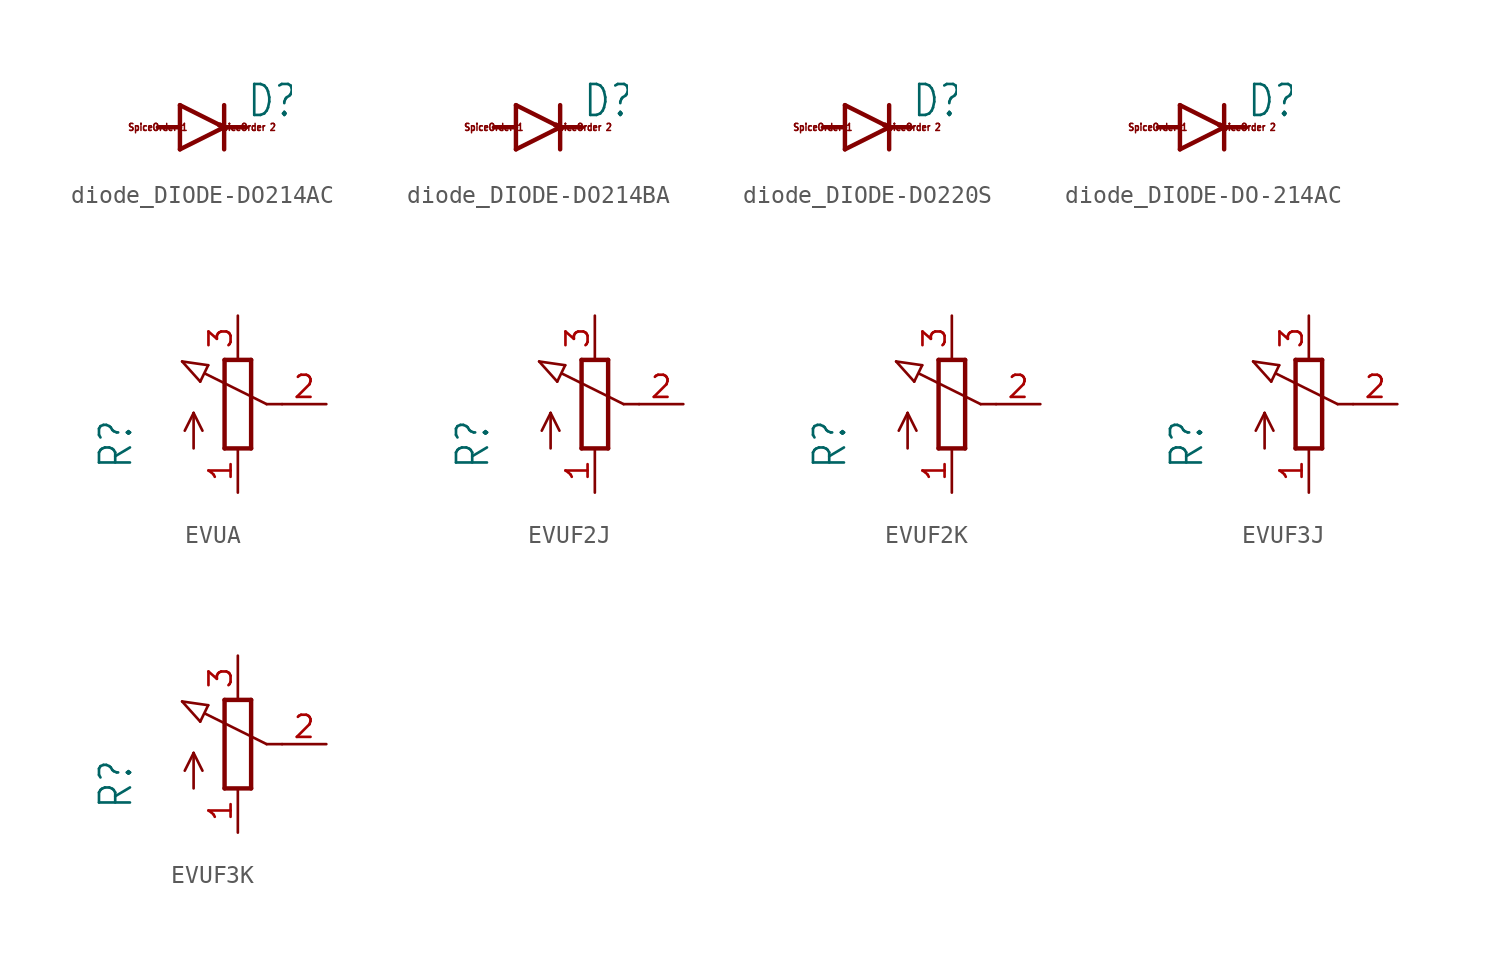
<source format=kicad_sym>
(kicad_symbol_lib
  (version 20231120)
  (generator "kicad_symbol_editor")
  (generator_version "8.0")
  (symbol "diode_DIODE-DO214AC"
    (property "Reference" "D"
      (at 2.54 0.483 0)
      (effects (font (size 1.778 1.511)) (justify left bottom)))
    (property "Value" ""
      (at 2.54 -2.311 0)
      (effects (font (size 1.778 1.511)) (justify left bottom)))
    (property "ki_locked" ""
      (at 0 0 0)
      (effects (font (size 1.27 1.27))))
    (symbol "diode_DIODE-DO214AC_1_0"
      (polyline (pts (xy -1.27 -1.27) (xy 1.27 0)) (stroke (width 0.254) (type solid)) (fill (type none)))
      (polyline (pts (xy -1.27 0) (xy -2.54 0)) (stroke (width 0.254) (type solid)) (fill (type none)))
      (polyline (pts (xy -1.27 0) (xy -1.27 -1.27)) (stroke (width 0.254) (type solid)) (fill (type none)))
      (polyline (pts (xy -1.27 1.27) (xy -1.27 0)) (stroke (width 0.254) (type solid)) (fill (type none)))
      (polyline (pts (xy 1.27 0) (xy -1.27 1.27)) (stroke (width 0.254) (type solid)) (fill (type none)))
      (polyline (pts (xy 1.27 0) (xy 1.27 -1.27)) (stroke (width 0.254) (type solid)) (fill (type none)))
      (polyline (pts (xy 1.27 1.27) (xy 1.27 0)) (stroke (width 0.254) (type solid)) (fill (type none)))
      (polyline (pts (xy 2.54 0) (xy 1.27 0)) (stroke (width 0.254) (type solid)) (fill (type none)))
      (text "SpiceOrder 1" (at -2.54 0 0) (effects (font (size 0.406 0.345))))
      (text "SpiceOrder 2" (at 2.54 0 0) (effects (font (size 0.406 0.345))))
      (pin passive line (at -2.54 0 0) (length 0) (name "A" (effects (font (size 0 0)))) (number "A" (effects (font (size 0 0)))))
      (pin passive line (at 2.54 0 180) (length 0) (name "C" (effects (font (size 0 0)))) (number "C" (effects (font (size 0 0)))))))
  (symbol "diode_DIODE-DO214BA"
    (property "Reference" "D"
      (at 2.54 0.483 0)
      (effects (font (size 1.778 1.511)) (justify left bottom)))
    (property "Value" ""
      (at 2.54 -2.311 0)
      (effects (font (size 1.778 1.511)) (justify left bottom)))
    (property "ki_locked" ""
      (at 0 0 0)
      (effects (font (size 1.27 1.27))))
    (symbol "diode_DIODE-DO214BA_1_0"
      (polyline (pts (xy -1.27 -1.27) (xy 1.27 0)) (stroke (width 0.254) (type solid)) (fill (type none)))
      (polyline (pts (xy -1.27 0) (xy -2.54 0)) (stroke (width 0.254) (type solid)) (fill (type none)))
      (polyline (pts (xy -1.27 0) (xy -1.27 -1.27)) (stroke (width 0.254) (type solid)) (fill (type none)))
      (polyline (pts (xy -1.27 1.27) (xy -1.27 0)) (stroke (width 0.254) (type solid)) (fill (type none)))
      (polyline (pts (xy 1.27 0) (xy -1.27 1.27)) (stroke (width 0.254) (type solid)) (fill (type none)))
      (polyline (pts (xy 1.27 0) (xy 1.27 -1.27)) (stroke (width 0.254) (type solid)) (fill (type none)))
      (polyline (pts (xy 1.27 1.27) (xy 1.27 0)) (stroke (width 0.254) (type solid)) (fill (type none)))
      (polyline (pts (xy 2.54 0) (xy 1.27 0)) (stroke (width 0.254) (type solid)) (fill (type none)))
      (text "SpiceOrder 1" (at -2.54 0 0) (effects (font (size 0.406 0.345))))
      (text "SpiceOrder 2" (at 2.54 0 0) (effects (font (size 0.406 0.345))))
      (pin passive line (at -2.54 0 0) (length 0) (name "A" (effects (font (size 0 0)))) (number "A" (effects (font (size 0 0)))))
      (pin passive line (at 2.54 0 180) (length 0) (name "C" (effects (font (size 0 0)))) (number "C" (effects (font (size 0 0)))))))
  (symbol "diode_DIODE-DO220S"
    (property "Reference" "D"
      (at 2.54 0.483 0)
      (effects (font (size 1.778 1.511)) (justify left bottom)))
    (property "Value" ""
      (at 2.54 -2.311 0)
      (effects (font (size 1.778 1.511)) (justify left bottom)))
    (property "ki_locked" ""
      (at 0 0 0)
      (effects (font (size 1.27 1.27))))
    (symbol "diode_DIODE-DO220S_1_0"
      (polyline (pts (xy -1.27 -1.27) (xy 1.27 0)) (stroke (width 0.254) (type solid)) (fill (type none)))
      (polyline (pts (xy -1.27 0) (xy -2.54 0)) (stroke (width 0.254) (type solid)) (fill (type none)))
      (polyline (pts (xy -1.27 0) (xy -1.27 -1.27)) (stroke (width 0.254) (type solid)) (fill (type none)))
      (polyline (pts (xy -1.27 1.27) (xy -1.27 0)) (stroke (width 0.254) (type solid)) (fill (type none)))
      (polyline (pts (xy 1.27 0) (xy -1.27 1.27)) (stroke (width 0.254) (type solid)) (fill (type none)))
      (polyline (pts (xy 1.27 0) (xy 1.27 -1.27)) (stroke (width 0.254) (type solid)) (fill (type none)))
      (polyline (pts (xy 1.27 1.27) (xy 1.27 0)) (stroke (width 0.254) (type solid)) (fill (type none)))
      (polyline (pts (xy 2.54 0) (xy 1.27 0)) (stroke (width 0.254) (type solid)) (fill (type none)))
      (text "SpiceOrder 1" (at -2.54 0 0) (effects (font (size 0.406 0.345))))
      (text "SpiceOrder 2" (at 2.54 0 0) (effects (font (size 0.406 0.345))))
      (pin passive line (at -2.54 0 0) (length 0) (name "A" (effects (font (size 0 0)))) (number "A" (effects (font (size 0 0)))))
      (pin passive line (at 2.54 0 180) (length 0) (name "C" (effects (font (size 0 0)))) (number "C" (effects (font (size 0 0)))))))
  (symbol "diode_DIODE-DO-214AC"
    (property "Reference" "D"
      (at 2.54 0.483 0)
      (effects (font (size 1.778 1.511)) (justify left bottom)))
    (property "Value" ""
      (at 2.54 -2.311 0)
      (effects (font (size 1.778 1.511)) (justify left bottom)))
    (property "ki_locked" ""
      (at 0 0 0)
      (effects (font (size 1.27 1.27))))
    (symbol "diode_DIODE-DO-214AC_1_0"
      (polyline (pts (xy -1.27 -1.27) (xy 1.27 0)) (stroke (width 0.254) (type solid)) (fill (type none)))
      (polyline (pts (xy -1.27 0) (xy -2.54 0)) (stroke (width 0.254) (type solid)) (fill (type none)))
      (polyline (pts (xy -1.27 0) (xy -1.27 -1.27)) (stroke (width 0.254) (type solid)) (fill (type none)))
      (polyline (pts (xy -1.27 1.27) (xy -1.27 0)) (stroke (width 0.254) (type solid)) (fill (type none)))
      (polyline (pts (xy 1.27 0) (xy -1.27 1.27)) (stroke (width 0.254) (type solid)) (fill (type none)))
      (polyline (pts (xy 1.27 0) (xy 1.27 -1.27)) (stroke (width 0.254) (type solid)) (fill (type none)))
      (polyline (pts (xy 1.27 1.27) (xy 1.27 0)) (stroke (width 0.254) (type solid)) (fill (type none)))
      (polyline (pts (xy 2.54 0) (xy 1.27 0)) (stroke (width 0.254) (type solid)) (fill (type none)))
      (text "SpiceOrder 1" (at -2.54 0 0) (effects (font (size 0.406 0.345))))
      (text "SpiceOrder 2" (at 2.54 0 0) (effects (font (size 0.406 0.345))))
      (pin passive line (at -2.54 0 0) (length 0) (name "A" (effects (font (size 0 0)))) (number "A" (effects (font (size 0 0)))))
      (pin passive line (at 2.54 0 180) (length 0) (name "C" (effects (font (size 0 0)))) (number "C" (effects (font (size 0 0)))))))
  (symbol "EVUA"
    (property "Reference" "R"
      (at -5.969 -3.81 90)
      (effects (font (size 1.778 1.511)) (justify left bottom)))
    (property "Value" ""
      (at -3.81 -3.81 90)
      (effects (font (size 1.778 1.511)) (justify left bottom)))
    (property "ki_locked" ""
      (at 0 0 0)
      (effects (font (size 1.27 1.27))))
    (symbol "EVUA_1_0"
      (polyline (pts (xy -3.199 2.45) (xy -1.702 2.235)) (stroke (width 0.152) (type solid)) (fill (type none)))
      (polyline (pts (xy -2.54 -2.54) (xy -2.54 -0.508)) (stroke (width 0.152) (type solid)) (fill (type none)))
      (polyline (pts (xy -2.54 -0.508) (xy -3.048 -1.524)) (stroke (width 0.152) (type solid)) (fill (type none)))
      (polyline (pts (xy -2.54 -0.508) (xy -2.032 -1.524)) (stroke (width 0.152) (type solid)) (fill (type none)))
      (polyline (pts (xy -2.16 1.294) (xy -3.199 2.45)) (stroke (width 0.152) (type solid)) (fill (type none)))
      (polyline (pts (xy -2.16 1.294) (xy -1.702 2.235)) (stroke (width 0.152) (type solid)) (fill (type none)))
      (polyline (pts (xy -0.762 -2.54) (xy 0.762 -2.54)) (stroke (width 0.254) (type solid)) (fill (type none)))
      (polyline (pts (xy -0.762 2.54) (xy -0.762 -2.54)) (stroke (width 0.254) (type solid)) (fill (type none)))
      (polyline (pts (xy 0.762 -2.54) (xy 0.762 2.54)) (stroke (width 0.254) (type solid)) (fill (type none)))
      (polyline (pts (xy 0.762 2.54) (xy -0.762 2.54)) (stroke (width 0.254) (type solid)) (fill (type none)))
      (polyline (pts (xy 1.651 0) (xy -1.88 1.753)) (stroke (width 0.152) (type solid)) (fill (type none)))
      (polyline (pts (xy 2.54 0) (xy 1.651 0)) (stroke (width 0.152) (type solid)) (fill (type none)))
      (pin passive line (at 0 -5.08 90) (length 2.54) (name "A" (effects (font (size 0 0)))) (number "1" (effects (font (size 1.27 1.27)))))
      (pin passive line (at 5.08 0 180) (length 2.54) (name "S" (effects (font (size 0 0)))) (number "2" (effects (font (size 1.27 1.27)))))
      (pin passive line (at 0 5.08 270) (length 2.54) (name "E" (effects (font (size 0 0)))) (number "3" (effects (font (size 1.27 1.27)))))))
  (symbol "EVUF2J"
    (property "Reference" "R"
      (at -5.969 -3.81 90)
      (effects (font (size 1.778 1.511)) (justify left bottom)))
    (property "Value" ""
      (at -3.81 -3.81 90)
      (effects (font (size 1.778 1.511)) (justify left bottom)))
    (property "ki_locked" ""
      (at 0 0 0)
      (effects (font (size 1.27 1.27))))
    (symbol "EVUF2J_1_0"
      (polyline (pts (xy -3.199 2.45) (xy -1.702 2.235)) (stroke (width 0.152) (type solid)) (fill (type none)))
      (polyline (pts (xy -2.54 -2.54) (xy -2.54 -0.508)) (stroke (width 0.152) (type solid)) (fill (type none)))
      (polyline (pts (xy -2.54 -0.508) (xy -3.048 -1.524)) (stroke (width 0.152) (type solid)) (fill (type none)))
      (polyline (pts (xy -2.54 -0.508) (xy -2.032 -1.524)) (stroke (width 0.152) (type solid)) (fill (type none)))
      (polyline (pts (xy -2.16 1.294) (xy -3.199 2.45)) (stroke (width 0.152) (type solid)) (fill (type none)))
      (polyline (pts (xy -2.16 1.294) (xy -1.702 2.235)) (stroke (width 0.152) (type solid)) (fill (type none)))
      (polyline (pts (xy -0.762 -2.54) (xy 0.762 -2.54)) (stroke (width 0.254) (type solid)) (fill (type none)))
      (polyline (pts (xy -0.762 2.54) (xy -0.762 -2.54)) (stroke (width 0.254) (type solid)) (fill (type none)))
      (polyline (pts (xy 0.762 -2.54) (xy 0.762 2.54)) (stroke (width 0.254) (type solid)) (fill (type none)))
      (polyline (pts (xy 0.762 2.54) (xy -0.762 2.54)) (stroke (width 0.254) (type solid)) (fill (type none)))
      (polyline (pts (xy 1.651 0) (xy -1.88 1.753)) (stroke (width 0.152) (type solid)) (fill (type none)))
      (polyline (pts (xy 2.54 0) (xy 1.651 0)) (stroke (width 0.152) (type solid)) (fill (type none)))
      (pin passive line (at 0 -5.08 90) (length 2.54) (name "A" (effects (font (size 0 0)))) (number "1" (effects (font (size 1.27 1.27)))))
      (pin passive line (at 5.08 0 180) (length 2.54) (name "S" (effects (font (size 0 0)))) (number "2" (effects (font (size 1.27 1.27)))))
      (pin passive line (at 0 5.08 270) (length 2.54) (name "E" (effects (font (size 0 0)))) (number "3" (effects (font (size 1.27 1.27)))))))
  (symbol "EVUF2K"
    (property "Reference" "R"
      (at -5.969 -3.81 90)
      (effects (font (size 1.778 1.511)) (justify left bottom)))
    (property "Value" ""
      (at -3.81 -3.81 90)
      (effects (font (size 1.778 1.511)) (justify left bottom)))
    (property "ki_locked" ""
      (at 0 0 0)
      (effects (font (size 1.27 1.27))))
    (symbol "EVUF2K_1_0"
      (polyline (pts (xy -3.199 2.45) (xy -1.702 2.235)) (stroke (width 0.152) (type solid)) (fill (type none)))
      (polyline (pts (xy -2.54 -2.54) (xy -2.54 -0.508)) (stroke (width 0.152) (type solid)) (fill (type none)))
      (polyline (pts (xy -2.54 -0.508) (xy -3.048 -1.524)) (stroke (width 0.152) (type solid)) (fill (type none)))
      (polyline (pts (xy -2.54 -0.508) (xy -2.032 -1.524)) (stroke (width 0.152) (type solid)) (fill (type none)))
      (polyline (pts (xy -2.16 1.294) (xy -3.199 2.45)) (stroke (width 0.152) (type solid)) (fill (type none)))
      (polyline (pts (xy -2.16 1.294) (xy -1.702 2.235)) (stroke (width 0.152) (type solid)) (fill (type none)))
      (polyline (pts (xy -0.762 -2.54) (xy 0.762 -2.54)) (stroke (width 0.254) (type solid)) (fill (type none)))
      (polyline (pts (xy -0.762 2.54) (xy -0.762 -2.54)) (stroke (width 0.254) (type solid)) (fill (type none)))
      (polyline (pts (xy 0.762 -2.54) (xy 0.762 2.54)) (stroke (width 0.254) (type solid)) (fill (type none)))
      (polyline (pts (xy 0.762 2.54) (xy -0.762 2.54)) (stroke (width 0.254) (type solid)) (fill (type none)))
      (polyline (pts (xy 1.651 0) (xy -1.88 1.753)) (stroke (width 0.152) (type solid)) (fill (type none)))
      (polyline (pts (xy 2.54 0) (xy 1.651 0)) (stroke (width 0.152) (type solid)) (fill (type none)))
      (pin passive line (at 0 -5.08 90) (length 2.54) (name "A" (effects (font (size 0 0)))) (number "1" (effects (font (size 1.27 1.27)))))
      (pin passive line (at 5.08 0 180) (length 2.54) (name "S" (effects (font (size 0 0)))) (number "2" (effects (font (size 1.27 1.27)))))
      (pin passive line (at 0 5.08 270) (length 2.54) (name "E" (effects (font (size 0 0)))) (number "3" (effects (font (size 1.27 1.27)))))))
  (symbol "EVUF3J"
    (property "Reference" "R"
      (at -5.969 -3.81 90)
      (effects (font (size 1.778 1.511)) (justify left bottom)))
    (property "Value" ""
      (at -3.81 -3.81 90)
      (effects (font (size 1.778 1.511)) (justify left bottom)))
    (property "ki_locked" ""
      (at 0 0 0)
      (effects (font (size 1.27 1.27))))
    (symbol "EVUF3J_1_0"
      (polyline (pts (xy -3.199 2.45) (xy -1.702 2.235)) (stroke (width 0.152) (type solid)) (fill (type none)))
      (polyline (pts (xy -2.54 -2.54) (xy -2.54 -0.508)) (stroke (width 0.152) (type solid)) (fill (type none)))
      (polyline (pts (xy -2.54 -0.508) (xy -3.048 -1.524)) (stroke (width 0.152) (type solid)) (fill (type none)))
      (polyline (pts (xy -2.54 -0.508) (xy -2.032 -1.524)) (stroke (width 0.152) (type solid)) (fill (type none)))
      (polyline (pts (xy -2.16 1.294) (xy -3.199 2.45)) (stroke (width 0.152) (type solid)) (fill (type none)))
      (polyline (pts (xy -2.16 1.294) (xy -1.702 2.235)) (stroke (width 0.152) (type solid)) (fill (type none)))
      (polyline (pts (xy -0.762 -2.54) (xy 0.762 -2.54)) (stroke (width 0.254) (type solid)) (fill (type none)))
      (polyline (pts (xy -0.762 2.54) (xy -0.762 -2.54)) (stroke (width 0.254) (type solid)) (fill (type none)))
      (polyline (pts (xy 0.762 -2.54) (xy 0.762 2.54)) (stroke (width 0.254) (type solid)) (fill (type none)))
      (polyline (pts (xy 0.762 2.54) (xy -0.762 2.54)) (stroke (width 0.254) (type solid)) (fill (type none)))
      (polyline (pts (xy 1.651 0) (xy -1.88 1.753)) (stroke (width 0.152) (type solid)) (fill (type none)))
      (polyline (pts (xy 2.54 0) (xy 1.651 0)) (stroke (width 0.152) (type solid)) (fill (type none)))
      (pin passive line (at 0 -5.08 90) (length 2.54) (name "A" (effects (font (size 0 0)))) (number "1" (effects (font (size 1.27 1.27)))))
      (pin passive line (at 5.08 0 180) (length 2.54) (name "S" (effects (font (size 0 0)))) (number "2" (effects (font (size 1.27 1.27)))))
      (pin passive line (at 0 5.08 270) (length 2.54) (name "E" (effects (font (size 0 0)))) (number "3" (effects (font (size 1.27 1.27)))))))
  (symbol "EVUF3K"
    (property "Reference" "R"
      (at -5.969 -3.81 90)
      (effects (font (size 1.778 1.511)) (justify left bottom)))
    (property "Value" ""
      (at -3.81 -3.81 90)
      (effects (font (size 1.778 1.511)) (justify left bottom)))
    (property "ki_locked" ""
      (at 0 0 0)
      (effects (font (size 1.27 1.27))))
    (symbol "EVUF3K_1_0"
      (polyline (pts (xy -3.199 2.45) (xy -1.702 2.235)) (stroke (width 0.152) (type solid)) (fill (type none)))
      (polyline (pts (xy -2.54 -2.54) (xy -2.54 -0.508)) (stroke (width 0.152) (type solid)) (fill (type none)))
      (polyline (pts (xy -2.54 -0.508) (xy -3.048 -1.524)) (stroke (width 0.152) (type solid)) (fill (type none)))
      (polyline (pts (xy -2.54 -0.508) (xy -2.032 -1.524)) (stroke (width 0.152) (type solid)) (fill (type none)))
      (polyline (pts (xy -2.16 1.294) (xy -3.199 2.45)) (stroke (width 0.152) (type solid)) (fill (type none)))
      (polyline (pts (xy -2.16 1.294) (xy -1.702 2.235)) (stroke (width 0.152) (type solid)) (fill (type none)))
      (polyline (pts (xy -0.762 -2.54) (xy 0.762 -2.54)) (stroke (width 0.254) (type solid)) (fill (type none)))
      (polyline (pts (xy -0.762 2.54) (xy -0.762 -2.54)) (stroke (width 0.254) (type solid)) (fill (type none)))
      (polyline (pts (xy 0.762 -2.54) (xy 0.762 2.54)) (stroke (width 0.254) (type solid)) (fill (type none)))
      (polyline (pts (xy 0.762 2.54) (xy -0.762 2.54)) (stroke (width 0.254) (type solid)) (fill (type none)))
      (polyline (pts (xy 1.651 0) (xy -1.88 1.753)) (stroke (width 0.152) (type solid)) (fill (type none)))
      (polyline (pts (xy 2.54 0) (xy 1.651 0)) (stroke (width 0.152) (type solid)) (fill (type none)))
      (pin passive line (at 0 -5.08 90) (length 2.54) (name "A" (effects (font (size 0 0)))) (number "1" (effects (font (size 1.27 1.27)))))
      (pin passive line (at 5.08 0 180) (length 2.54) (name "S" (effects (font (size 0 0)))) (number "2" (effects (font (size 1.27 1.27)))))
      (pin passive line (at 0 5.08 270) (length 2.54) (name "E" (effects (font (size 0 0)))) (number "3" (effects (font (size 1.27 1.27))))))))
</source>
